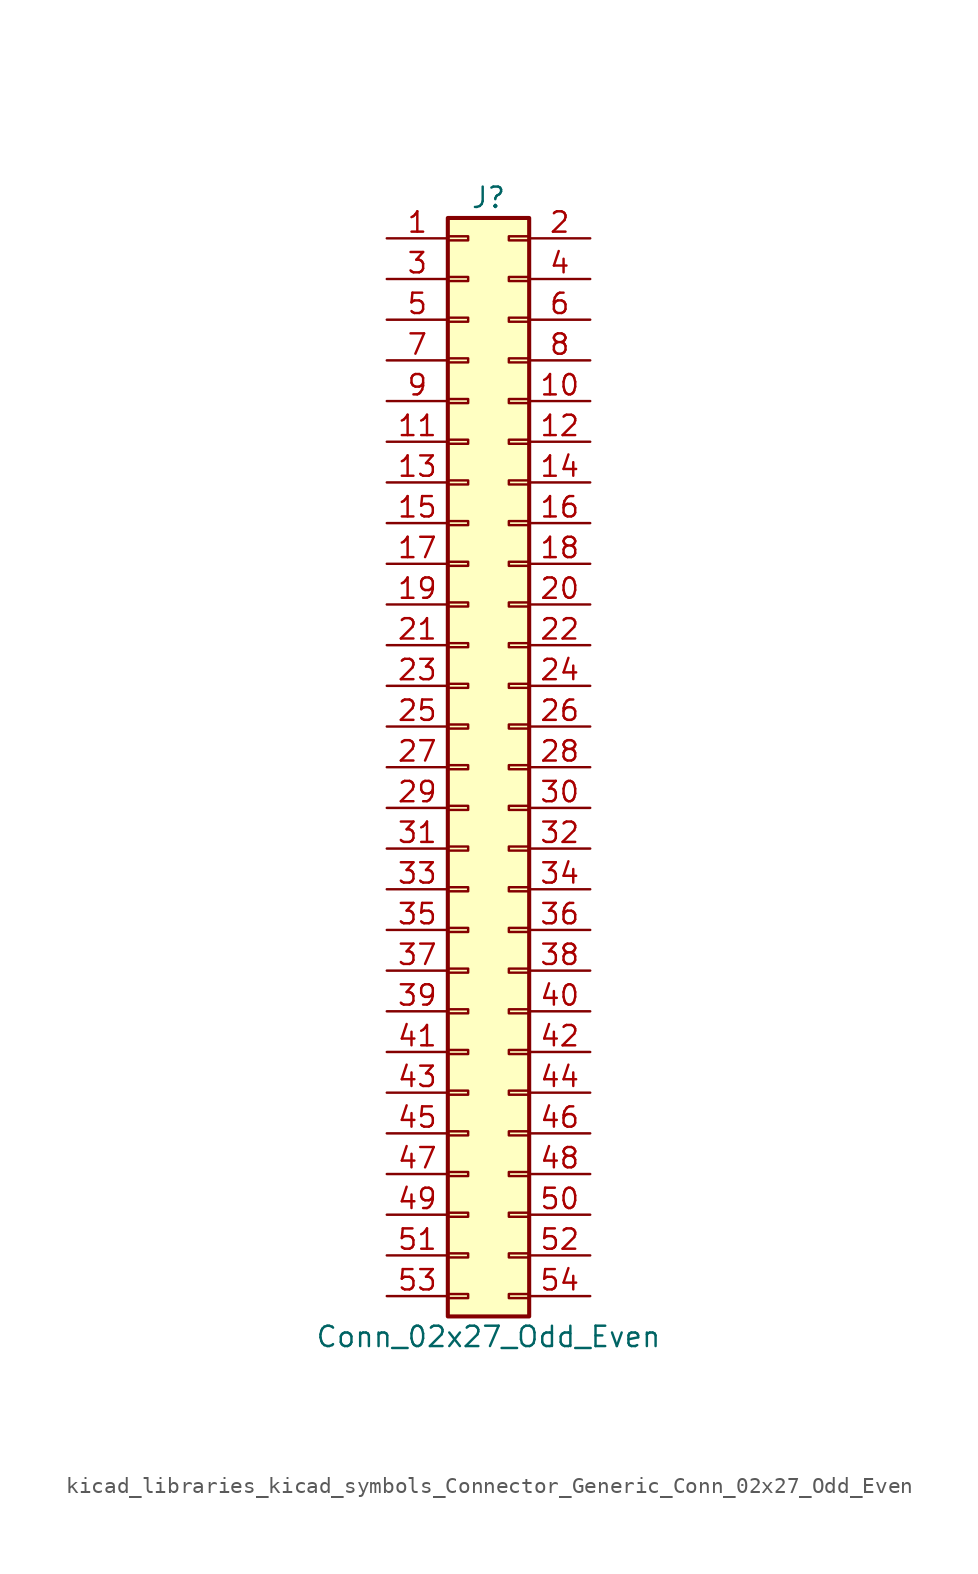
<source format=kicad_sym>
(kicad_symbol_lib
  (version 20220914)
  (generator kicad_symbol_editor)
  (symbol "kicad_libraries_kicad_symbols_Connector_Generic_Conn_02x27_Odd_Even"
    (pin_names
      (offset 1.016) hide)
    (property "Reference" "J"
      (at 1.27 35.56 0)
      (effects (font (size 1.27 1.27))))
    (property "Value" "Conn_02x27_Odd_Even"
      (at 1.27 -35.56 0)
      (effects (font (size 1.27 1.27))))
    (symbol "kicad_libraries_kicad_symbols_Connector_Generic_Conn_02x27_Odd_Even_1_1"
      (rectangle (start -1.27 -32.893) (end 0 -33.147) (stroke (width 0.152) (type default)) (fill (type none)))
      (rectangle (start -1.27 -30.353) (end 0 -30.607) (stroke (width 0.152) (type default)) (fill (type none)))
      (rectangle (start -1.27 -27.813) (end 0 -28.067) (stroke (width 0.152) (type default)) (fill (type none)))
      (rectangle (start -1.27 -25.273) (end 0 -25.527) (stroke (width 0.152) (type default)) (fill (type none)))
      (rectangle (start -1.27 -22.733) (end 0 -22.987) (stroke (width 0.152) (type default)) (fill (type none)))
      (rectangle (start -1.27 -20.193) (end 0 -20.447) (stroke (width 0.152) (type default)) (fill (type none)))
      (rectangle (start -1.27 -17.653) (end 0 -17.907) (stroke (width 0.152) (type default)) (fill (type none)))
      (rectangle (start -1.27 -15.113) (end 0 -15.367) (stroke (width 0.152) (type default)) (fill (type none)))
      (rectangle (start -1.27 -12.573) (end 0 -12.827) (stroke (width 0.152) (type default)) (fill (type none)))
      (rectangle (start -1.27 -10.033) (end 0 -10.287) (stroke (width 0.152) (type default)) (fill (type none)))
      (rectangle (start -1.27 -7.493) (end 0 -7.747) (stroke (width 0.152) (type default)) (fill (type none)))
      (rectangle (start -1.27 -4.953) (end 0 -5.207) (stroke (width 0.152) (type default)) (fill (type none)))
      (rectangle (start -1.27 -2.413) (end 0 -2.667) (stroke (width 0.152) (type default)) (fill (type none)))
      (rectangle (start -1.27 0.127) (end 0 -0.127) (stroke (width 0.152) (type default)) (fill (type none)))
      (rectangle (start -1.27 2.667) (end 0 2.413) (stroke (width 0.152) (type default)) (fill (type none)))
      (rectangle (start -1.27 5.207) (end 0 4.953) (stroke (width 0.152) (type default)) (fill (type none)))
      (rectangle (start -1.27 7.747) (end 0 7.493) (stroke (width 0.152) (type default)) (fill (type none)))
      (rectangle (start -1.27 10.287) (end 0 10.033) (stroke (width 0.152) (type default)) (fill (type none)))
      (rectangle (start -1.27 12.827) (end 0 12.573) (stroke (width 0.152) (type default)) (fill (type none)))
      (rectangle (start -1.27 15.367) (end 0 15.113) (stroke (width 0.152) (type default)) (fill (type none)))
      (rectangle (start -1.27 17.907) (end 0 17.653) (stroke (width 0.152) (type default)) (fill (type none)))
      (rectangle (start -1.27 20.447) (end 0 20.193) (stroke (width 0.152) (type default)) (fill (type none)))
      (rectangle (start -1.27 22.987) (end 0 22.733) (stroke (width 0.152) (type default)) (fill (type none)))
      (rectangle (start -1.27 25.527) (end 0 25.273) (stroke (width 0.152) (type default)) (fill (type none)))
      (rectangle (start -1.27 28.067) (end 0 27.813) (stroke (width 0.152) (type default)) (fill (type none)))
      (rectangle (start -1.27 30.607) (end 0 30.353) (stroke (width 0.152) (type default)) (fill (type none)))
      (rectangle (start -1.27 33.147) (end 0 32.893) (stroke (width 0.152) (type default)) (fill (type none)))
      (rectangle (start -1.27 34.29) (end 3.81 -34.29) (stroke (width 0.254) (type default)) (fill (type background)))
      (rectangle (start 3.81 -32.893) (end 2.54 -33.147) (stroke (width 0.152) (type default)) (fill (type none)))
      (rectangle (start 3.81 -30.353) (end 2.54 -30.607) (stroke (width 0.152) (type default)) (fill (type none)))
      (rectangle (start 3.81 -27.813) (end 2.54 -28.067) (stroke (width 0.152) (type default)) (fill (type none)))
      (rectangle (start 3.81 -25.273) (end 2.54 -25.527) (stroke (width 0.152) (type default)) (fill (type none)))
      (rectangle (start 3.81 -22.733) (end 2.54 -22.987) (stroke (width 0.152) (type default)) (fill (type none)))
      (rectangle (start 3.81 -20.193) (end 2.54 -20.447) (stroke (width 0.152) (type default)) (fill (type none)))
      (rectangle (start 3.81 -17.653) (end 2.54 -17.907) (stroke (width 0.152) (type default)) (fill (type none)))
      (rectangle (start 3.81 -15.113) (end 2.54 -15.367) (stroke (width 0.152) (type default)) (fill (type none)))
      (rectangle (start 3.81 -12.573) (end 2.54 -12.827) (stroke (width 0.152) (type default)) (fill (type none)))
      (rectangle (start 3.81 -10.033) (end 2.54 -10.287) (stroke (width 0.152) (type default)) (fill (type none)))
      (rectangle (start 3.81 -7.493) (end 2.54 -7.747) (stroke (width 0.152) (type default)) (fill (type none)))
      (rectangle (start 3.81 -4.953) (end 2.54 -5.207) (stroke (width 0.152) (type default)) (fill (type none)))
      (rectangle (start 3.81 -2.413) (end 2.54 -2.667) (stroke (width 0.152) (type default)) (fill (type none)))
      (rectangle (start 3.81 0.127) (end 2.54 -0.127) (stroke (width 0.152) (type default)) (fill (type none)))
      (rectangle (start 3.81 2.667) (end 2.54 2.413) (stroke (width 0.152) (type default)) (fill (type none)))
      (rectangle (start 3.81 5.207) (end 2.54 4.953) (stroke (width 0.152) (type default)) (fill (type none)))
      (rectangle (start 3.81 7.747) (end 2.54 7.493) (stroke (width 0.152) (type default)) (fill (type none)))
      (rectangle (start 3.81 10.287) (end 2.54 10.033) (stroke (width 0.152) (type default)) (fill (type none)))
      (rectangle (start 3.81 12.827) (end 2.54 12.573) (stroke (width 0.152) (type default)) (fill (type none)))
      (rectangle (start 3.81 15.367) (end 2.54 15.113) (stroke (width 0.152) (type default)) (fill (type none)))
      (rectangle (start 3.81 17.907) (end 2.54 17.653) (stroke (width 0.152) (type default)) (fill (type none)))
      (rectangle (start 3.81 20.447) (end 2.54 20.193) (stroke (width 0.152) (type default)) (fill (type none)))
      (rectangle (start 3.81 22.987) (end 2.54 22.733) (stroke (width 0.152) (type default)) (fill (type none)))
      (rectangle (start 3.81 25.527) (end 2.54 25.273) (stroke (width 0.152) (type default)) (fill (type none)))
      (rectangle (start 3.81 28.067) (end 2.54 27.813) (stroke (width 0.152) (type default)) (fill (type none)))
      (rectangle (start 3.81 30.607) (end 2.54 30.353) (stroke (width 0.152) (type default)) (fill (type none)))
      (rectangle (start 3.81 33.147) (end 2.54 32.893) (stroke (width 0.152) (type default)) (fill (type none)))
      (pin passive line (at -5.08 33.02 0) (length 3.81) (name "Pin_1" (effects (font (size 1.27 1.27)))) (number "1" (effects (font (size 1.27 1.27)))))
      (pin passive line (at 7.62 22.86 180) (length 3.81) (name "Pin_10" (effects (font (size 1.27 1.27)))) (number "10" (effects (font (size 1.27 1.27)))))
      (pin passive line (at -5.08 20.32 0) (length 3.81) (name "Pin_11" (effects (font (size 1.27 1.27)))) (number "11" (effects (font (size 1.27 1.27)))))
      (pin passive line (at 7.62 20.32 180) (length 3.81) (name "Pin_12" (effects (font (size 1.27 1.27)))) (number "12" (effects (font (size 1.27 1.27)))))
      (pin passive line (at -5.08 17.78 0) (length 3.81) (name "Pin_13" (effects (font (size 1.27 1.27)))) (number "13" (effects (font (size 1.27 1.27)))))
      (pin passive line (at 7.62 17.78 180) (length 3.81) (name "Pin_14" (effects (font (size 1.27 1.27)))) (number "14" (effects (font (size 1.27 1.27)))))
      (pin passive line (at -5.08 15.24 0) (length 3.81) (name "Pin_15" (effects (font (size 1.27 1.27)))) (number "15" (effects (font (size 1.27 1.27)))))
      (pin passive line (at 7.62 15.24 180) (length 3.81) (name "Pin_16" (effects (font (size 1.27 1.27)))) (number "16" (effects (font (size 1.27 1.27)))))
      (pin passive line (at -5.08 12.7 0) (length 3.81) (name "Pin_17" (effects (font (size 1.27 1.27)))) (number "17" (effects (font (size 1.27 1.27)))))
      (pin passive line (at 7.62 12.7 180) (length 3.81) (name "Pin_18" (effects (font (size 1.27 1.27)))) (number "18" (effects (font (size 1.27 1.27)))))
      (pin passive line (at -5.08 10.16 0) (length 3.81) (name "Pin_19" (effects (font (size 1.27 1.27)))) (number "19" (effects (font (size 1.27 1.27)))))
      (pin passive line (at 7.62 33.02 180) (length 3.81) (name "Pin_2" (effects (font (size 1.27 1.27)))) (number "2" (effects (font (size 1.27 1.27)))))
      (pin passive line (at 7.62 10.16 180) (length 3.81) (name "Pin_20" (effects (font (size 1.27 1.27)))) (number "20" (effects (font (size 1.27 1.27)))))
      (pin passive line (at -5.08 7.62 0) (length 3.81) (name "Pin_21" (effects (font (size 1.27 1.27)))) (number "21" (effects (font (size 1.27 1.27)))))
      (pin passive line (at 7.62 7.62 180) (length 3.81) (name "Pin_22" (effects (font (size 1.27 1.27)))) (number "22" (effects (font (size 1.27 1.27)))))
      (pin passive line (at -5.08 5.08 0) (length 3.81) (name "Pin_23" (effects (font (size 1.27 1.27)))) (number "23" (effects (font (size 1.27 1.27)))))
      (pin passive line (at 7.62 5.08 180) (length 3.81) (name "Pin_24" (effects (font (size 1.27 1.27)))) (number "24" (effects (font (size 1.27 1.27)))))
      (pin passive line (at -5.08 2.54 0) (length 3.81) (name "Pin_25" (effects (font (size 1.27 1.27)))) (number "25" (effects (font (size 1.27 1.27)))))
      (pin passive line (at 7.62 2.54 180) (length 3.81) (name "Pin_26" (effects (font (size 1.27 1.27)))) (number "26" (effects (font (size 1.27 1.27)))))
      (pin passive line (at -5.08 0 0) (length 3.81) (name "Pin_27" (effects (font (size 1.27 1.27)))) (number "27" (effects (font (size 1.27 1.27)))))
      (pin passive line (at 7.62 0 180) (length 3.81) (name "Pin_28" (effects (font (size 1.27 1.27)))) (number "28" (effects (font (size 1.27 1.27)))))
      (pin passive line (at -5.08 -2.54 0) (length 3.81) (name "Pin_29" (effects (font (size 1.27 1.27)))) (number "29" (effects (font (size 1.27 1.27)))))
      (pin passive line (at -5.08 30.48 0) (length 3.81) (name "Pin_3" (effects (font (size 1.27 1.27)))) (number "3" (effects (font (size 1.27 1.27)))))
      (pin passive line (at 7.62 -2.54 180) (length 3.81) (name "Pin_30" (effects (font (size 1.27 1.27)))) (number "30" (effects (font (size 1.27 1.27)))))
      (pin passive line (at -5.08 -5.08 0) (length 3.81) (name "Pin_31" (effects (font (size 1.27 1.27)))) (number "31" (effects (font (size 1.27 1.27)))))
      (pin passive line (at 7.62 -5.08 180) (length 3.81) (name "Pin_32" (effects (font (size 1.27 1.27)))) (number "32" (effects (font (size 1.27 1.27)))))
      (pin passive line (at -5.08 -7.62 0) (length 3.81) (name "Pin_33" (effects (font (size 1.27 1.27)))) (number "33" (effects (font (size 1.27 1.27)))))
      (pin passive line (at 7.62 -7.62 180) (length 3.81) (name "Pin_34" (effects (font (size 1.27 1.27)))) (number "34" (effects (font (size 1.27 1.27)))))
      (pin passive line (at -5.08 -10.16 0) (length 3.81) (name "Pin_35" (effects (font (size 1.27 1.27)))) (number "35" (effects (font (size 1.27 1.27)))))
      (pin passive line (at 7.62 -10.16 180) (length 3.81) (name "Pin_36" (effects (font (size 1.27 1.27)))) (number "36" (effects (font (size 1.27 1.27)))))
      (pin passive line (at -5.08 -12.7 0) (length 3.81) (name "Pin_37" (effects (font (size 1.27 1.27)))) (number "37" (effects (font (size 1.27 1.27)))))
      (pin passive line (at 7.62 -12.7 180) (length 3.81) (name "Pin_38" (effects (font (size 1.27 1.27)))) (number "38" (effects (font (size 1.27 1.27)))))
      (pin passive line (at -5.08 -15.24 0) (length 3.81) (name "Pin_39" (effects (font (size 1.27 1.27)))) (number "39" (effects (font (size 1.27 1.27)))))
      (pin passive line (at 7.62 30.48 180) (length 3.81) (name "Pin_4" (effects (font (size 1.27 1.27)))) (number "4" (effects (font (size 1.27 1.27)))))
      (pin passive line (at 7.62 -15.24 180) (length 3.81) (name "Pin_40" (effects (font (size 1.27 1.27)))) (number "40" (effects (font (size 1.27 1.27)))))
      (pin passive line (at -5.08 -17.78 0) (length 3.81) (name "Pin_41" (effects (font (size 1.27 1.27)))) (number "41" (effects (font (size 1.27 1.27)))))
      (pin passive line (at 7.62 -17.78 180) (length 3.81) (name "Pin_42" (effects (font (size 1.27 1.27)))) (number "42" (effects (font (size 1.27 1.27)))))
      (pin passive line (at -5.08 -20.32 0) (length 3.81) (name "Pin_43" (effects (font (size 1.27 1.27)))) (number "43" (effects (font (size 1.27 1.27)))))
      (pin passive line (at 7.62 -20.32 180) (length 3.81) (name "Pin_44" (effects (font (size 1.27 1.27)))) (number "44" (effects (font (size 1.27 1.27)))))
      (pin passive line (at -5.08 -22.86 0) (length 3.81) (name "Pin_45" (effects (font (size 1.27 1.27)))) (number "45" (effects (font (size 1.27 1.27)))))
      (pin passive line (at 7.62 -22.86 180) (length 3.81) (name "Pin_46" (effects (font (size 1.27 1.27)))) (number "46" (effects (font (size 1.27 1.27)))))
      (pin passive line (at -5.08 -25.4 0) (length 3.81) (name "Pin_47" (effects (font (size 1.27 1.27)))) (number "47" (effects (font (size 1.27 1.27)))))
      (pin passive line (at 7.62 -25.4 180) (length 3.81) (name "Pin_48" (effects (font (size 1.27 1.27)))) (number "48" (effects (font (size 1.27 1.27)))))
      (pin passive line (at -5.08 -27.94 0) (length 3.81) (name "Pin_49" (effects (font (size 1.27 1.27)))) (number "49" (effects (font (size 1.27 1.27)))))
      (pin passive line (at -5.08 27.94 0) (length 3.81) (name "Pin_5" (effects (font (size 1.27 1.27)))) (number "5" (effects (font (size 1.27 1.27)))))
      (pin passive line (at 7.62 -27.94 180) (length 3.81) (name "Pin_50" (effects (font (size 1.27 1.27)))) (number "50" (effects (font (size 1.27 1.27)))))
      (pin passive line (at -5.08 -30.48 0) (length 3.81) (name "Pin_51" (effects (font (size 1.27 1.27)))) (number "51" (effects (font (size 1.27 1.27)))))
      (pin passive line (at 7.62 -30.48 180) (length 3.81) (name "Pin_52" (effects (font (size 1.27 1.27)))) (number "52" (effects (font (size 1.27 1.27)))))
      (pin passive line (at -5.08 -33.02 0) (length 3.81) (name "Pin_53" (effects (font (size 1.27 1.27)))) (number "53" (effects (font (size 1.27 1.27)))))
      (pin passive line (at 7.62 -33.02 180) (length 3.81) (name "Pin_54" (effects (font (size 1.27 1.27)))) (number "54" (effects (font (size 1.27 1.27)))))
      (pin passive line (at 7.62 27.94 180) (length 3.81) (name "Pin_6" (effects (font (size 1.27 1.27)))) (number "6" (effects (font (size 1.27 1.27)))))
      (pin passive line (at -5.08 25.4 0) (length 3.81) (name "Pin_7" (effects (font (size 1.27 1.27)))) (number "7" (effects (font (size 1.27 1.27)))))
      (pin passive line (at 7.62 25.4 180) (length 3.81) (name "Pin_8" (effects (font (size 1.27 1.27)))) (number "8" (effects (font (size 1.27 1.27)))))
      (pin passive line (at -5.08 22.86 0) (length 3.81) (name "Pin_9" (effects (font (size 1.27 1.27)))) (number "9" (effects (font (size 1.27 1.27))))))))
</source>
